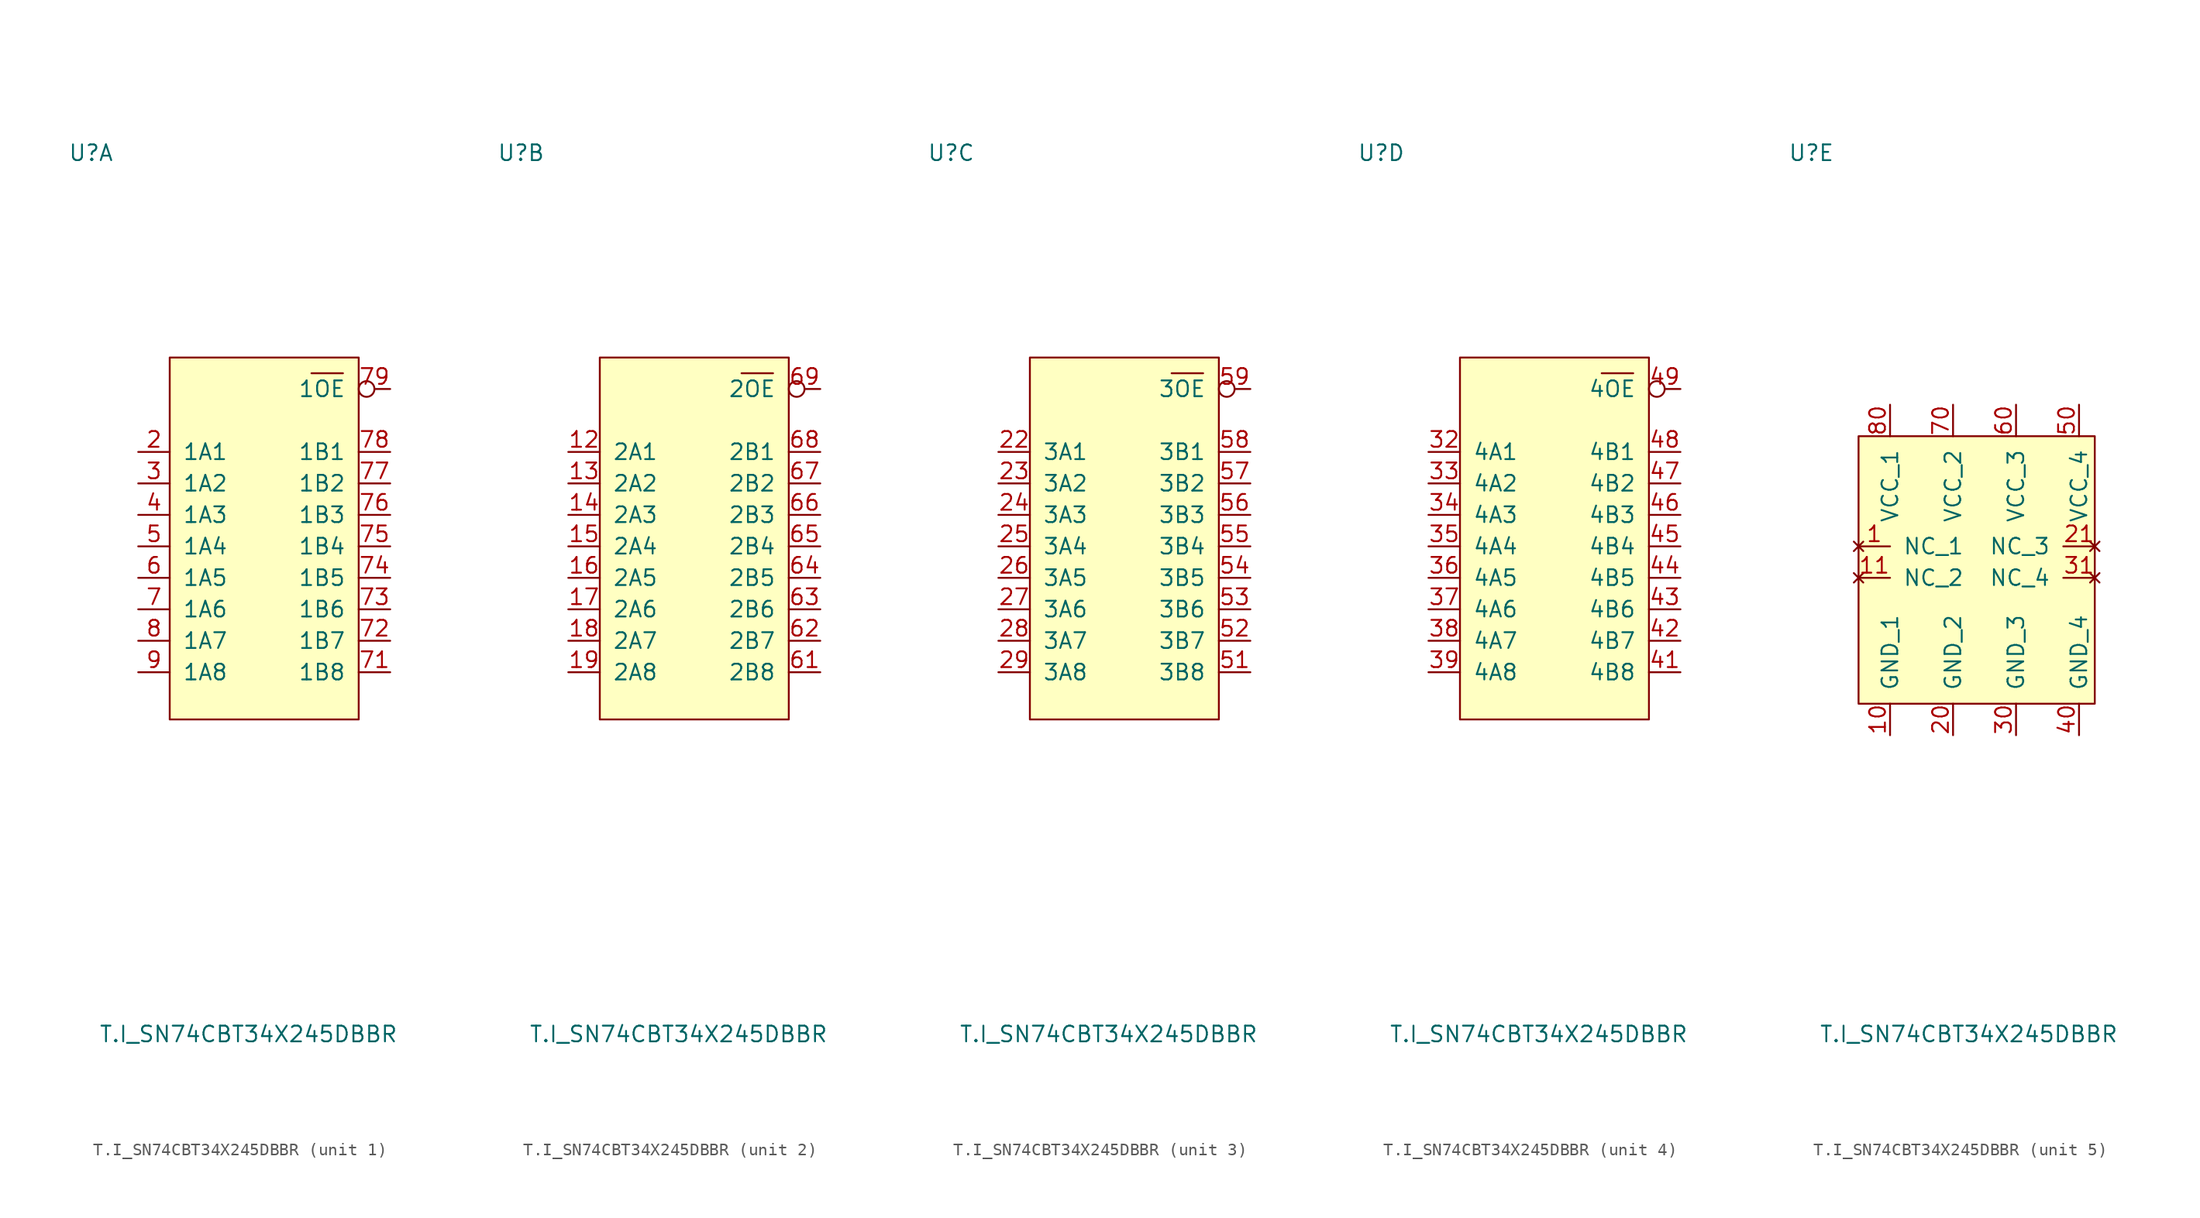
<source format=kicad_sym>
(kicad_symbol_lib
  (version 20211014)
  (generator kicad_symbol_editor)
  (symbol "T.I_SN74CBT34X245DBBR"
    (pin_names
      (offset 1.016))
    (property "Reference" "U"
      (at -13.97 31.75 0)
      (effects (font (size 1.27 1.27))))
    (property "Value" "T.I_SN74CBT34X245DBBR"
      (at -1.27 -39.37 0)
      (effects (font (size 1.27 1.27))))
    (property "ki_locked" ""
      (at 0 0 0)
      (effects (font (size 1.27 1.27))))
    (symbol "T.I_SN74CBT34X245DBBR_1_1"
      (rectangle (start -7.62 15.24) (end 7.62 -13.97) (stroke (width 0) (type default) (color 0 0 0 0)) (fill (type background)))
      (polyline (pts (xy 3.81 13.97) (xy 6.35 13.97)) (stroke (width 0) (type default) (color 0 0 0 0)) (fill (type none)))
      (pin bidirectional line (at -10.16 7.62 0) (length 2.54) (name "1A1" (effects (font (size 1.27 1.27)))) (number "2" (effects (font (size 1.27 1.27)))))
      (pin bidirectional line (at -10.16 5.08 0) (length 2.54) (name "1A2" (effects (font (size 1.27 1.27)))) (number "3" (effects (font (size 1.27 1.27)))))
      (pin bidirectional line (at -10.16 2.54 0) (length 2.54) (name "1A3" (effects (font (size 1.27 1.27)))) (number "4" (effects (font (size 1.27 1.27)))))
      (pin bidirectional line (at -10.16 0 0) (length 2.54) (name "1A4" (effects (font (size 1.27 1.27)))) (number "5" (effects (font (size 1.27 1.27)))))
      (pin bidirectional line (at -10.16 -2.54 0) (length 2.54) (name "1A5" (effects (font (size 1.27 1.27)))) (number "6" (effects (font (size 1.27 1.27)))))
      (pin bidirectional line (at -10.16 -5.08 0) (length 2.54) (name "1A6" (effects (font (size 1.27 1.27)))) (number "7" (effects (font (size 1.27 1.27)))))
      (pin bidirectional line (at 10.16 -10.16 180) (length 2.54) (name "1B8" (effects (font (size 1.27 1.27)))) (number "71" (effects (font (size 1.27 1.27)))))
      (pin bidirectional line (at 10.16 -7.62 180) (length 2.54) (name "1B7" (effects (font (size 1.27 1.27)))) (number "72" (effects (font (size 1.27 1.27)))))
      (pin bidirectional line (at 10.16 -5.08 180) (length 2.54) (name "1B6" (effects (font (size 1.27 1.27)))) (number "73" (effects (font (size 1.27 1.27)))))
      (pin bidirectional line (at 10.16 -2.54 180) (length 2.54) (name "1B5" (effects (font (size 1.27 1.27)))) (number "74" (effects (font (size 1.27 1.27)))))
      (pin bidirectional line (at 10.16 0 180) (length 2.54) (name "1B4" (effects (font (size 1.27 1.27)))) (number "75" (effects (font (size 1.27 1.27)))))
      (pin bidirectional line (at 10.16 2.54 180) (length 2.54) (name "1B3" (effects (font (size 1.27 1.27)))) (number "76" (effects (font (size 1.27 1.27)))))
      (pin bidirectional line (at 10.16 5.08 180) (length 2.54) (name "1B2" (effects (font (size 1.27 1.27)))) (number "77" (effects (font (size 1.27 1.27)))))
      (pin bidirectional line (at 10.16 7.62 180) (length 2.54) (name "1B1" (effects (font (size 1.27 1.27)))) (number "78" (effects (font (size 1.27 1.27)))))
      (pin input inverted (at 10.16 12.7 180) (length 2.54) (name "1OE" (effects (font (size 1.27 1.27)))) (number "79" (effects (font (size 1.27 1.27)))))
      (pin bidirectional line (at -10.16 -7.62 0) (length 2.54) (name "1A7" (effects (font (size 1.27 1.27)))) (number "8" (effects (font (size 1.27 1.27)))))
      (pin bidirectional line (at -10.16 -10.16 0) (length 2.54) (name "1A8" (effects (font (size 1.27 1.27)))) (number "9" (effects (font (size 1.27 1.27))))))
    (symbol "T.I_SN74CBT34X245DBBR_2_1"
      (rectangle (start -7.62 15.24) (end 7.62 -13.97) (stroke (width 0) (type default) (color 0 0 0 0)) (fill (type background)))
      (polyline (pts (xy 3.81 13.97) (xy 6.35 13.97)) (stroke (width 0) (type default) (color 0 0 0 0)) (fill (type none)))
      (pin bidirectional line (at -10.16 7.62 0) (length 2.54) (name "2A1" (effects (font (size 1.27 1.27)))) (number "12" (effects (font (size 1.27 1.27)))))
      (pin bidirectional line (at -10.16 5.08 0) (length 2.54) (name "2A2" (effects (font (size 1.27 1.27)))) (number "13" (effects (font (size 1.27 1.27)))))
      (pin bidirectional line (at -10.16 2.54 0) (length 2.54) (name "2A3" (effects (font (size 1.27 1.27)))) (number "14" (effects (font (size 1.27 1.27)))))
      (pin bidirectional line (at -10.16 0 0) (length 2.54) (name "2A4" (effects (font (size 1.27 1.27)))) (number "15" (effects (font (size 1.27 1.27)))))
      (pin bidirectional line (at -10.16 -2.54 0) (length 2.54) (name "2A5" (effects (font (size 1.27 1.27)))) (number "16" (effects (font (size 1.27 1.27)))))
      (pin bidirectional line (at -10.16 -5.08 0) (length 2.54) (name "2A6" (effects (font (size 1.27 1.27)))) (number "17" (effects (font (size 1.27 1.27)))))
      (pin bidirectional line (at -10.16 -7.62 0) (length 2.54) (name "2A7" (effects (font (size 1.27 1.27)))) (number "18" (effects (font (size 1.27 1.27)))))
      (pin bidirectional line (at -10.16 -10.16 0) (length 2.54) (name "2A8" (effects (font (size 1.27 1.27)))) (number "19" (effects (font (size 1.27 1.27)))))
      (pin bidirectional line (at 10.16 -10.16 180) (length 2.54) (name "2B8" (effects (font (size 1.27 1.27)))) (number "61" (effects (font (size 1.27 1.27)))))
      (pin bidirectional line (at 10.16 -7.62 180) (length 2.54) (name "2B7" (effects (font (size 1.27 1.27)))) (number "62" (effects (font (size 1.27 1.27)))))
      (pin bidirectional line (at 10.16 -5.08 180) (length 2.54) (name "2B6" (effects (font (size 1.27 1.27)))) (number "63" (effects (font (size 1.27 1.27)))))
      (pin bidirectional line (at 10.16 -2.54 180) (length 2.54) (name "2B5" (effects (font (size 1.27 1.27)))) (number "64" (effects (font (size 1.27 1.27)))))
      (pin bidirectional line (at 10.16 0 180) (length 2.54) (name "2B4" (effects (font (size 1.27 1.27)))) (number "65" (effects (font (size 1.27 1.27)))))
      (pin bidirectional line (at 10.16 2.54 180) (length 2.54) (name "2B3" (effects (font (size 1.27 1.27)))) (number "66" (effects (font (size 1.27 1.27)))))
      (pin bidirectional line (at 10.16 5.08 180) (length 2.54) (name "2B2" (effects (font (size 1.27 1.27)))) (number "67" (effects (font (size 1.27 1.27)))))
      (pin bidirectional line (at 10.16 7.62 180) (length 2.54) (name "2B1" (effects (font (size 1.27 1.27)))) (number "68" (effects (font (size 1.27 1.27)))))
      (pin input inverted (at 10.16 12.7 180) (length 2.54) (name "2OE" (effects (font (size 1.27 1.27)))) (number "69" (effects (font (size 1.27 1.27))))))
    (symbol "T.I_SN74CBT34X245DBBR_3_1"
      (rectangle (start -7.62 15.24) (end 7.62 -13.97) (stroke (width 0) (type default) (color 0 0 0 0)) (fill (type background)))
      (polyline (pts (xy 3.81 13.97) (xy 6.35 13.97)) (stroke (width 0) (type default) (color 0 0 0 0)) (fill (type none)))
      (pin bidirectional line (at -10.16 7.62 0) (length 2.54) (name "3A1" (effects (font (size 1.27 1.27)))) (number "22" (effects (font (size 1.27 1.27)))))
      (pin bidirectional line (at -10.16 5.08 0) (length 2.54) (name "3A2" (effects (font (size 1.27 1.27)))) (number "23" (effects (font (size 1.27 1.27)))))
      (pin bidirectional line (at -10.16 2.54 0) (length 2.54) (name "3A3" (effects (font (size 1.27 1.27)))) (number "24" (effects (font (size 1.27 1.27)))))
      (pin bidirectional line (at -10.16 0 0) (length 2.54) (name "3A4" (effects (font (size 1.27 1.27)))) (number "25" (effects (font (size 1.27 1.27)))))
      (pin bidirectional line (at -10.16 -2.54 0) (length 2.54) (name "3A5" (effects (font (size 1.27 1.27)))) (number "26" (effects (font (size 1.27 1.27)))))
      (pin bidirectional line (at -10.16 -5.08 0) (length 2.54) (name "3A6" (effects (font (size 1.27 1.27)))) (number "27" (effects (font (size 1.27 1.27)))))
      (pin bidirectional line (at -10.16 -7.62 0) (length 2.54) (name "3A7" (effects (font (size 1.27 1.27)))) (number "28" (effects (font (size 1.27 1.27)))))
      (pin bidirectional line (at -10.16 -10.16 0) (length 2.54) (name "3A8" (effects (font (size 1.27 1.27)))) (number "29" (effects (font (size 1.27 1.27)))))
      (pin bidirectional line (at 10.16 -10.16 180) (length 2.54) (name "3B8" (effects (font (size 1.27 1.27)))) (number "51" (effects (font (size 1.27 1.27)))))
      (pin bidirectional line (at 10.16 -7.62 180) (length 2.54) (name "3B7" (effects (font (size 1.27 1.27)))) (number "52" (effects (font (size 1.27 1.27)))))
      (pin bidirectional line (at 10.16 -5.08 180) (length 2.54) (name "3B6" (effects (font (size 1.27 1.27)))) (number "53" (effects (font (size 1.27 1.27)))))
      (pin bidirectional line (at 10.16 -2.54 180) (length 2.54) (name "3B5" (effects (font (size 1.27 1.27)))) (number "54" (effects (font (size 1.27 1.27)))))
      (pin bidirectional line (at 10.16 0 180) (length 2.54) (name "3B4" (effects (font (size 1.27 1.27)))) (number "55" (effects (font (size 1.27 1.27)))))
      (pin bidirectional line (at 10.16 2.54 180) (length 2.54) (name "3B3" (effects (font (size 1.27 1.27)))) (number "56" (effects (font (size 1.27 1.27)))))
      (pin bidirectional line (at 10.16 5.08 180) (length 2.54) (name "3B2" (effects (font (size 1.27 1.27)))) (number "57" (effects (font (size 1.27 1.27)))))
      (pin bidirectional line (at 10.16 7.62 180) (length 2.54) (name "3B1" (effects (font (size 1.27 1.27)))) (number "58" (effects (font (size 1.27 1.27)))))
      (pin input inverted (at 10.16 12.7 180) (length 2.54) (name "3OE" (effects (font (size 1.27 1.27)))) (number "59" (effects (font (size 1.27 1.27))))))
    (symbol "T.I_SN74CBT34X245DBBR_4_1"
      (rectangle (start -7.62 15.24) (end 7.62 -13.97) (stroke (width 0) (type default) (color 0 0 0 0)) (fill (type background)))
      (polyline (pts (xy 3.81 13.97) (xy 6.35 13.97)) (stroke (width 0) (type default) (color 0 0 0 0)) (fill (type none)))
      (pin bidirectional line (at -10.16 7.62 0) (length 2.54) (name "4A1" (effects (font (size 1.27 1.27)))) (number "32" (effects (font (size 1.27 1.27)))))
      (pin bidirectional line (at -10.16 5.08 0) (length 2.54) (name "4A2" (effects (font (size 1.27 1.27)))) (number "33" (effects (font (size 1.27 1.27)))))
      (pin bidirectional line (at -10.16 2.54 0) (length 2.54) (name "4A3" (effects (font (size 1.27 1.27)))) (number "34" (effects (font (size 1.27 1.27)))))
      (pin bidirectional line (at -10.16 0 0) (length 2.54) (name "4A4" (effects (font (size 1.27 1.27)))) (number "35" (effects (font (size 1.27 1.27)))))
      (pin bidirectional line (at -10.16 -2.54 0) (length 2.54) (name "4A5" (effects (font (size 1.27 1.27)))) (number "36" (effects (font (size 1.27 1.27)))))
      (pin bidirectional line (at -10.16 -5.08 0) (length 2.54) (name "4A6" (effects (font (size 1.27 1.27)))) (number "37" (effects (font (size 1.27 1.27)))))
      (pin bidirectional line (at -10.16 -7.62 0) (length 2.54) (name "4A7" (effects (font (size 1.27 1.27)))) (number "38" (effects (font (size 1.27 1.27)))))
      (pin bidirectional line (at -10.16 -10.16 0) (length 2.54) (name "4A8" (effects (font (size 1.27 1.27)))) (number "39" (effects (font (size 1.27 1.27)))))
      (pin bidirectional line (at 10.16 -10.16 180) (length 2.54) (name "4B8" (effects (font (size 1.27 1.27)))) (number "41" (effects (font (size 1.27 1.27)))))
      (pin bidirectional line (at 10.16 -7.62 180) (length 2.54) (name "4B7" (effects (font (size 1.27 1.27)))) (number "42" (effects (font (size 1.27 1.27)))))
      (pin bidirectional line (at 10.16 -5.08 180) (length 2.54) (name "4B6" (effects (font (size 1.27 1.27)))) (number "43" (effects (font (size 1.27 1.27)))))
      (pin bidirectional line (at 10.16 -2.54 180) (length 2.54) (name "4B5" (effects (font (size 1.27 1.27)))) (number "44" (effects (font (size 1.27 1.27)))))
      (pin bidirectional line (at 10.16 0 180) (length 2.54) (name "4B4" (effects (font (size 1.27 1.27)))) (number "45" (effects (font (size 1.27 1.27)))))
      (pin bidirectional line (at 10.16 2.54 180) (length 2.54) (name "4B3" (effects (font (size 1.27 1.27)))) (number "46" (effects (font (size 1.27 1.27)))))
      (pin bidirectional line (at 10.16 5.08 180) (length 2.54) (name "4B2" (effects (font (size 1.27 1.27)))) (number "47" (effects (font (size 1.27 1.27)))))
      (pin bidirectional line (at 10.16 7.62 180) (length 2.54) (name "4B1" (effects (font (size 1.27 1.27)))) (number "48" (effects (font (size 1.27 1.27)))))
      (pin input inverted (at 10.16 12.7 180) (length 2.54) (name "4OE" (effects (font (size 1.27 1.27)))) (number "49" (effects (font (size 1.27 1.27))))))
    (symbol "T.I_SN74CBT34X245DBBR_5_1"
      (rectangle (start -10.16 8.89) (end 8.89 -12.7) (stroke (width 0) (type default) (color 0 0 0 0)) (fill (type background)))
      (pin no_connect line (at -10.16 0 0) (length 2.54) (name "NC_1" (effects (font (size 1.27 1.27)))) (number "1" (effects (font (size 1.27 1.27)))))
      (pin power_in line (at -7.62 -15.24 90) (length 2.54) (name "GND_1" (effects (font (size 1.27 1.27)))) (number "10" (effects (font (size 1.27 1.27)))))
      (pin no_connect line (at -10.16 -2.54 0) (length 2.54) (name "NC_2" (effects (font (size 1.27 1.27)))) (number "11" (effects (font (size 1.27 1.27)))))
      (pin power_in line (at -2.54 -15.24 90) (length 2.54) (name "GND_2" (effects (font (size 1.27 1.27)))) (number "20" (effects (font (size 1.27 1.27)))))
      (pin no_connect line (at 8.89 0 180) (length 2.54) (name "NC_3" (effects (font (size 1.27 1.27)))) (number "21" (effects (font (size 1.27 1.27)))))
      (pin power_in line (at 2.54 -15.24 90) (length 2.54) (name "GND_3" (effects (font (size 1.27 1.27)))) (number "30" (effects (font (size 1.27 1.27)))))
      (pin no_connect line (at 8.89 -2.54 180) (length 2.54) (name "NC_4" (effects (font (size 1.27 1.27)))) (number "31" (effects (font (size 1.27 1.27)))))
      (pin power_in line (at 7.62 -15.24 90) (length 2.54) (name "GND_4" (effects (font (size 1.27 1.27)))) (number "40" (effects (font (size 1.27 1.27)))))
      (pin power_in line (at 7.62 11.43 270) (length 2.54) (name "VCC_4" (effects (font (size 1.27 1.27)))) (number "50" (effects (font (size 1.27 1.27)))))
      (pin power_in line (at 2.54 11.43 270) (length 2.54) (name "VCC_3" (effects (font (size 1.27 1.27)))) (number "60" (effects (font (size 1.27 1.27)))))
      (pin power_in line (at -2.54 11.43 270) (length 2.54) (name "VCC_2" (effects (font (size 1.27 1.27)))) (number "70" (effects (font (size 1.27 1.27)))))
      (pin power_in line (at -7.62 11.43 270) (length 2.54) (name "VCC_1" (effects (font (size 1.27 1.27)))) (number "80" (effects (font (size 1.27 1.27))))))))
</source>
